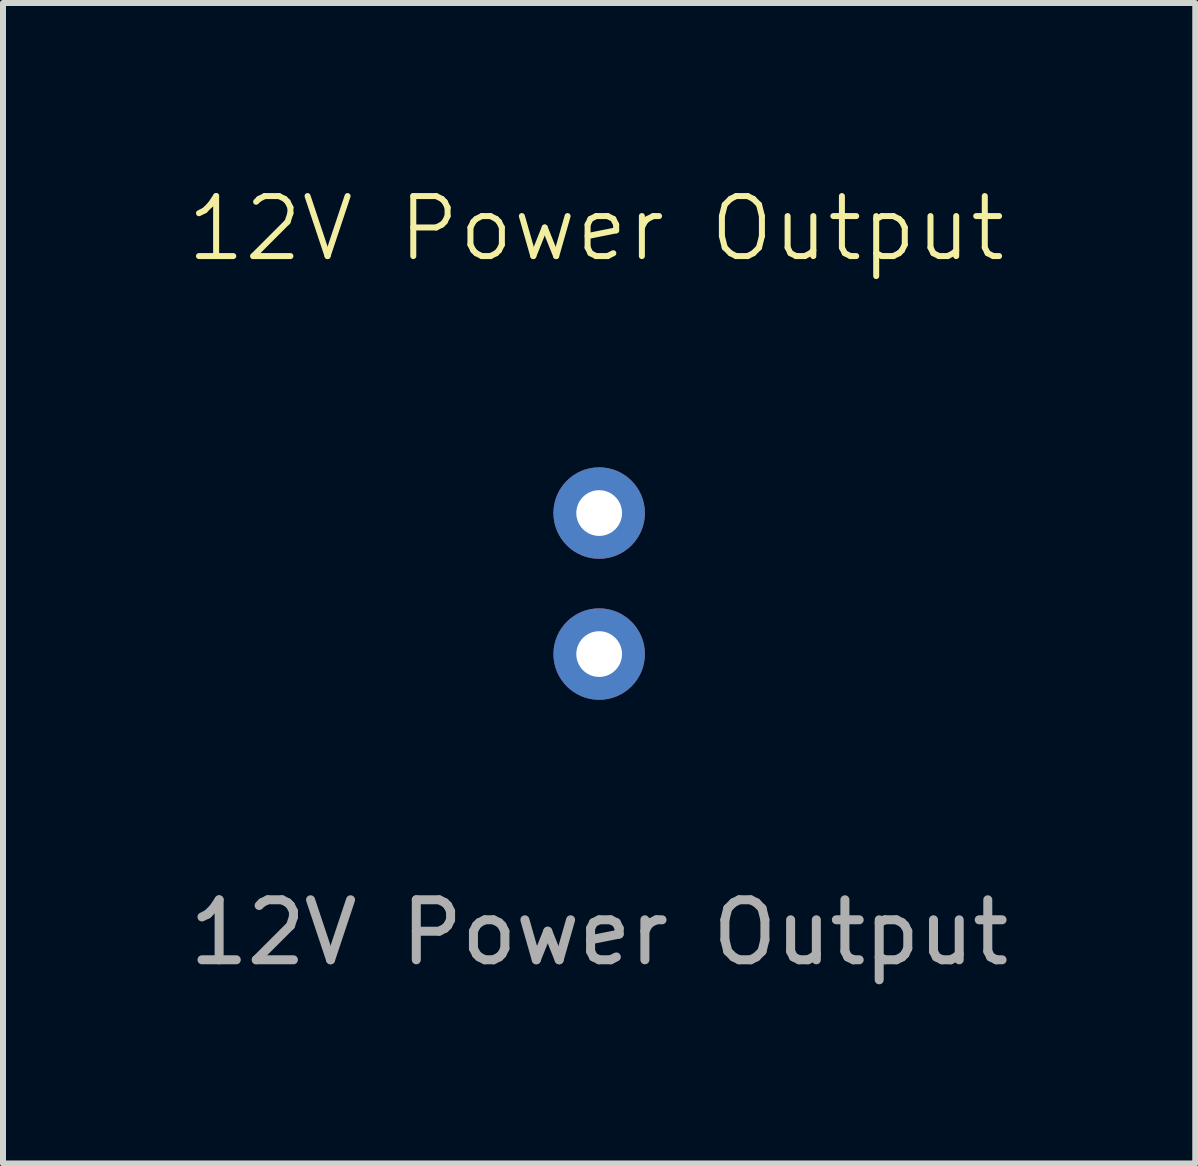
<source format=kicad_pcb>
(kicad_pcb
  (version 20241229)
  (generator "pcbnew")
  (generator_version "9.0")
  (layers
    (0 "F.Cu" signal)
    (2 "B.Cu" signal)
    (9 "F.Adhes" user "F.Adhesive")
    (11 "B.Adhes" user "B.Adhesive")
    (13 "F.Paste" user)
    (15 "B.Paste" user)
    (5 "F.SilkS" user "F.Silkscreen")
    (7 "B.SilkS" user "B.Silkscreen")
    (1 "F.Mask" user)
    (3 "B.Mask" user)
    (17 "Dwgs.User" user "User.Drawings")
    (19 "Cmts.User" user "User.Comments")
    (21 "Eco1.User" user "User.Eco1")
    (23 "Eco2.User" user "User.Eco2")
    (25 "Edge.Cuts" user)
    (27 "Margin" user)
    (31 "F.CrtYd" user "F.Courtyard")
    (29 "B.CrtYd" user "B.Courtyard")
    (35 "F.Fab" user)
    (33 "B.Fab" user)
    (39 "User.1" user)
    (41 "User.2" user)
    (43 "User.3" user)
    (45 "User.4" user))
  (footprint "12V Power Output"
    (layer "F.Cu")
    (at 6.935 6.7)
    (property "Reference" "12V Power Output" (at -0.05 -5.94 0) (unlocked yes) (layer "F.SilkS") (effects (font (size 1 1) (thickness 0.1))))
    (attr through_hole)
    (fp_text user "${REFERENCE}" (at 0 5.79 0) (unlocked yes) (layer "F.Fab") (effects (font (size 1 1) (thickness 0.15))))
    (pad "1" thru_hole circle (at 0 -1.2) (size 1.524 1.524) (drill 0.762) (layers "*.Cu" "*.Mask"))
    (pad "2" thru_hole circle (at 0 1.15) (size 1.524 1.524) (drill 0.762) (layers "*.Cu" "*.Mask")))
  (gr_rect
    (start -3 -3)
    (end 16.869 16.339)
    (stroke (width 0.1) (type default))
    (fill no)
    (layer "Edge.Cuts")))
</source>
